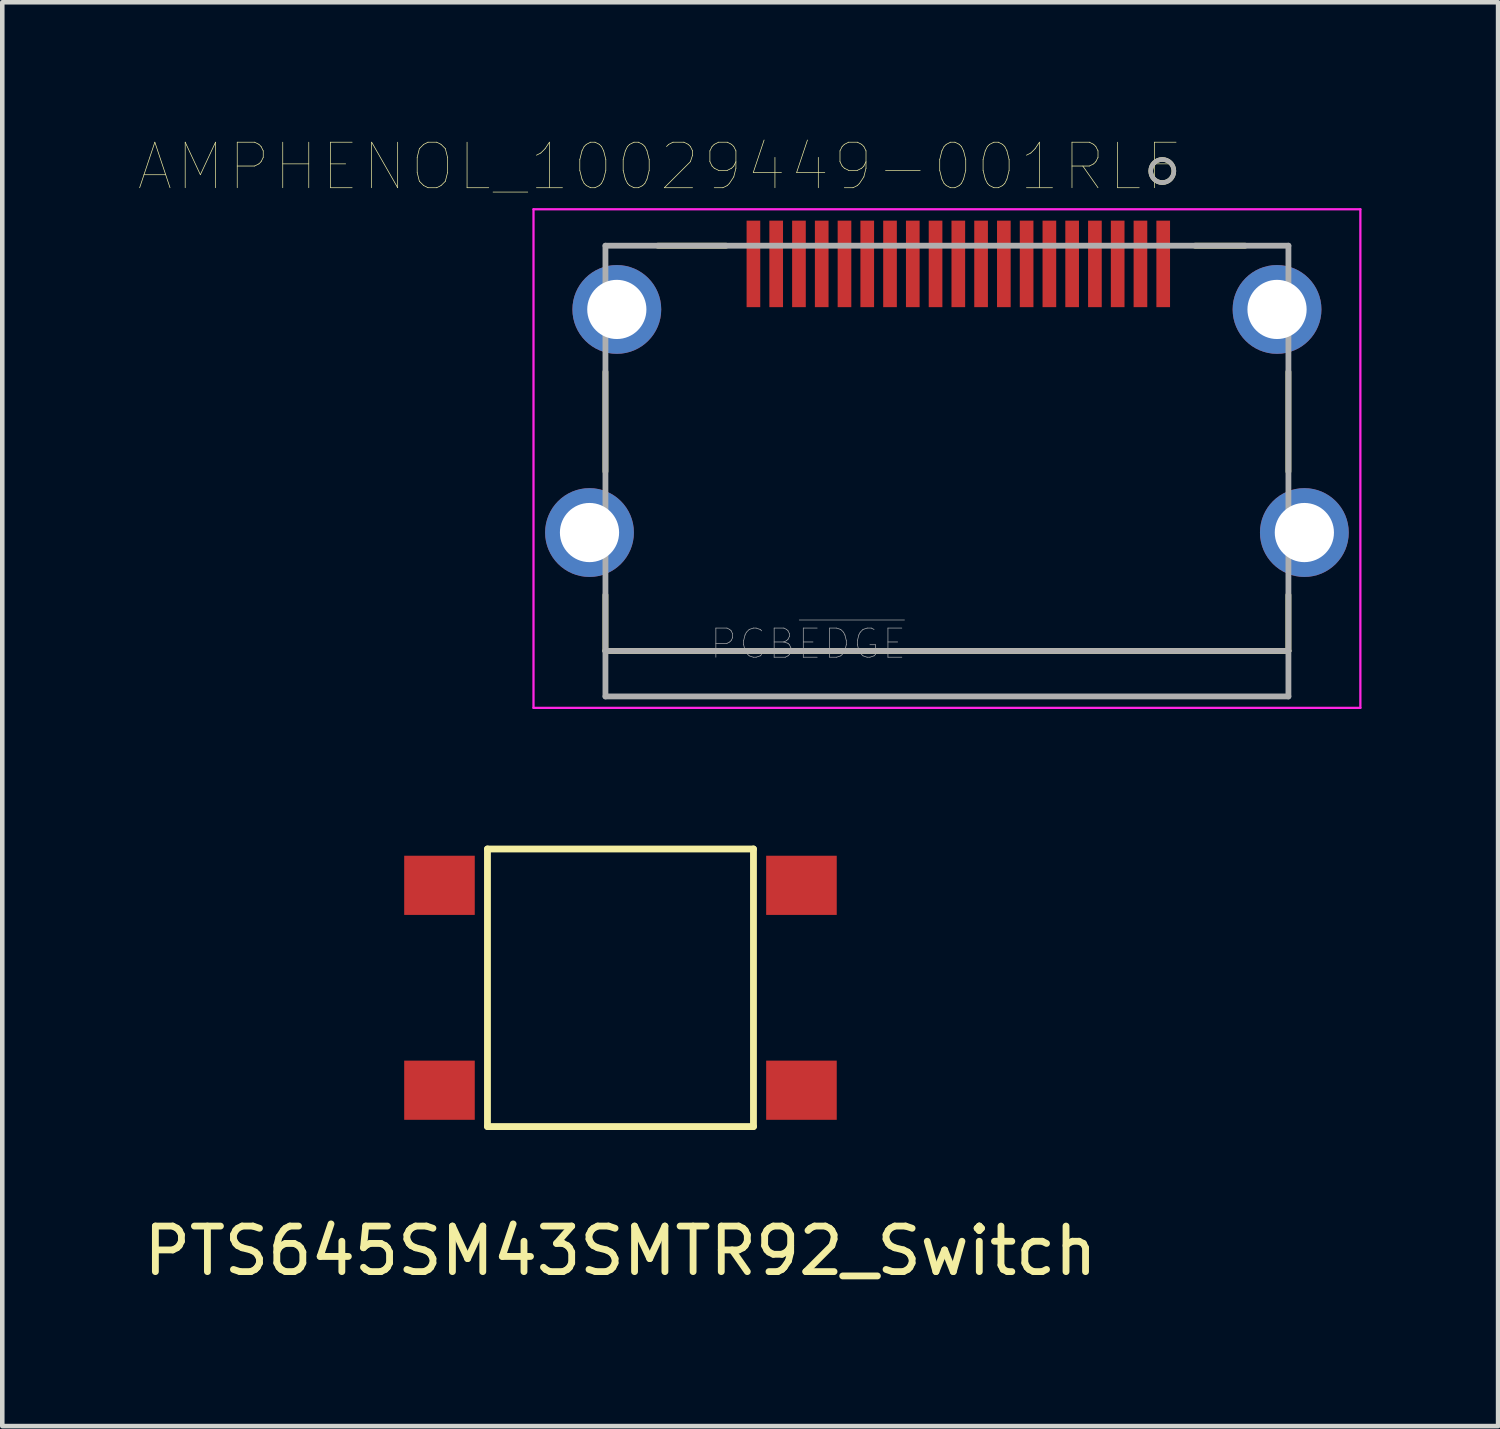
<source format=kicad_pcb>
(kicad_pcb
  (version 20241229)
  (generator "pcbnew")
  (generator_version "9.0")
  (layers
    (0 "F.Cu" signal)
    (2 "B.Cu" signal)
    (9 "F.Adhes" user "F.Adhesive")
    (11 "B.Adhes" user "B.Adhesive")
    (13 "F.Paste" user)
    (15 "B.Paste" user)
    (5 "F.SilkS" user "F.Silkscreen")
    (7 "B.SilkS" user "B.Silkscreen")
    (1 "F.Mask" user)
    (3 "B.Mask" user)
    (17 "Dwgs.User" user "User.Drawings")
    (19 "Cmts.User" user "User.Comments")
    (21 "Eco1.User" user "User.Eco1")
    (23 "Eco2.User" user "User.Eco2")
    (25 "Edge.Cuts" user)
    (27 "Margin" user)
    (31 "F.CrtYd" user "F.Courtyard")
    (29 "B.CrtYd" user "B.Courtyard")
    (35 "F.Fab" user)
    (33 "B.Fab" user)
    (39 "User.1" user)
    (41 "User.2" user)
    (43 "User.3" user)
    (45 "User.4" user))
  (footprint "AMPHENOL_10029449-001RLF"
    (layer "F.Cu")
    (at 17.747 3.746)
    (property "Reference" "AMPHENOL_10029449-001RLF" (at -6.325 -3.135 0) (layer "F.SilkS") (effects (font (size 1 1) (thickness 0.015))))
    (attr through_hole)
    (fp_line (start -7.5 3.56) (end -7.5 1.37) (stroke (width 0.127) (type solid)) (layer "F.SilkS"))
    (fp_line (start -7.5 7.5) (end -7.5 6.27) (stroke (width 0.127) (type solid)) (layer "F.SilkS"))
    (fp_line (start -6.35 -1.4) (end -4.85 -1.4) (stroke (width 0.127) (type solid)) (layer "F.SilkS"))
    (fp_line (start 5.45 -1.4) (end 6.55 -1.4) (stroke (width 0.127) (type solid)) (layer "F.SilkS"))
    (fp_line (start 7.5 1.37) (end 7.5 3.56) (stroke (width 0.127) (type solid)) (layer "F.SilkS"))
    (fp_line (start 7.5 6.27) (end 7.5 7.5) (stroke (width 0.127) (type solid)) (layer "F.SilkS"))
    (fp_line (start 7.5 7.5) (end -7.5 7.5) (stroke (width 0.127) (type solid)) (layer "F.SilkS"))
    (fp_circle (center 4.73 -3.04) (end 4.984 -3.04) (stroke (width 0.1) (type solid)) (fill no) (layer "F.SilkS"))
    (fp_line (start -9.08 -2.2) (end 9.08 -2.2) (stroke (width 0.05) (type solid)) (layer "F.CrtYd"))
    (fp_line (start -9.08 8.75) (end -9.08 -2.2) (stroke (width 0.05) (type solid)) (layer "F.CrtYd"))
    (fp_line (start 9.08 -2.2) (end 9.08 8.75) (stroke (width 0.05) (type solid)) (layer "F.CrtYd"))
    (fp_line (start 9.08 8.75) (end -9.08 8.75) (stroke (width 0.05) (type solid)) (layer "F.CrtYd"))
    (fp_line (start -7.5 -1.4) (end 7.5 -1.4) (stroke (width 0.127) (type solid)) (layer "F.Fab"))
    (fp_line (start -7.5 7.5) (end -7.5 -1.4) (stroke (width 0.127) (type solid)) (layer "F.Fab"))
    (fp_line (start -7.5 8.5) (end -7.5 7.5) (stroke (width 0.127) (type solid)) (layer "F.Fab"))
    (fp_line (start 7.5 -1.4) (end 7.5 7.5) (stroke (width 0.127) (type solid)) (layer "F.Fab"))
    (fp_line (start 7.5 7.5) (end -7.5 7.5) (stroke (width 0.127) (type solid)) (layer "F.Fab"))
    (fp_line (start 7.5 7.5) (end 7.5 8.5) (stroke (width 0.127) (type solid)) (layer "F.Fab"))
    (fp_line (start 7.5 8.5) (end -7.5 8.5) (stroke (width 0.127) (type solid)) (layer "F.Fab"))
    (fp_circle (center 4.73 -3.04) (end 4.984 -3.04) (stroke (width 0.1) (type solid)) (fill no) (layer "F.Fab"))
    (fp_text user "PCB~{EDGE}" (at -3.048 7.343 0) (layer "F.Fab") (effects (font (size 0.64 0.64) (thickness 0.015))))
    (pad "1" smd rect (at 4.75 -1) (size 0.3 1.9) (layers "F.Cu" "F.Mask" "F.Paste"))
    (pad "2" smd rect (at 4.25 -1) (size 0.3 1.9) (layers "F.Cu" "F.Mask" "F.Paste"))
    (pad "3" smd rect (at 3.75 -1) (size 0.3 1.9) (layers "F.Cu" "F.Mask" "F.Paste"))
    (pad "4" smd rect (at 3.25 -1) (size 0.3 1.9) (layers "F.Cu" "F.Mask" "F.Paste"))
    (pad "5" smd rect (at 2.75 -1) (size 0.3 1.9) (layers "F.Cu" "F.Mask" "F.Paste"))
    (pad "6" smd rect (at 2.25 -1) (size 0.3 1.9) (layers "F.Cu" "F.Mask" "F.Paste"))
    (pad "7" smd rect (at 1.75 -1) (size 0.3 1.9) (layers "F.Cu" "F.Mask" "F.Paste"))
    (pad "8" smd rect (at 1.25 -1) (size 0.3 1.9) (layers "F.Cu" "F.Mask" "F.Paste"))
    (pad "9" smd rect (at 0.75 -1) (size 0.3 1.9) (layers "F.Cu" "F.Mask" "F.Paste"))
    (pad "10" smd rect (at 0.25 -1) (size 0.3 1.9) (layers "F.Cu" "F.Mask" "F.Paste"))
    (pad "11" smd rect (at -0.25 -1) (size 0.3 1.9) (layers "F.Cu" "F.Mask" "F.Paste"))
    (pad "12" smd rect (at -0.75 -1) (size 0.3 1.9) (layers "F.Cu" "F.Mask" "F.Paste"))
    (pad "13" smd rect (at -1.25 -1) (size 0.3 1.9) (layers "F.Cu" "F.Mask" "F.Paste"))
    (pad "14" smd rect (at -1.75 -1) (size 0.3 1.9) (layers "F.Cu" "F.Mask" "F.Paste"))
    (pad "15" smd rect (at -2.25 -1) (size 0.3 1.9) (layers "F.Cu" "F.Mask" "F.Paste"))
    (pad "16" smd rect (at -2.75 -1) (size 0.3 1.9) (layers "F.Cu" "F.Mask" "F.Paste"))
    (pad "17" smd rect (at -3.25 -1) (size 0.3 1.9) (layers "F.Cu" "F.Mask" "F.Paste"))
    (pad "18" smd rect (at -3.75 -1) (size 0.3 1.9) (layers "F.Cu" "F.Mask" "F.Paste"))
    (pad "19" smd rect (at -4.25 -1) (size 0.3 1.9) (layers "F.Cu" "F.Mask" "F.Paste"))
    (pad "SH" thru_hole circle (at -7.85 4.9) (size 1.95 1.95) (drill 1.3) (layers "*.Cu" "*.Mask"))
    (pad "SH" thru_hole circle (at -7.25 0) (size 1.95 1.95) (drill 1.3) (layers "*.Cu" "*.Mask"))
    (pad "SH" thru_hole circle (at 7.25 0) (size 1.95 1.95) (drill 1.3) (layers "*.Cu" "*.Mask"))
    (pad "SH" thru_hole circle (at 7.85 4.9) (size 1.95 1.95) (drill 1.3) (layers "*.Cu" "*.Mask")))
  (footprint "PTS645SM43SMTR92_Switch"
    (layer "F.Cu")
    (at 10.577 18.644)
    (property "Reference" "PTS645SM43SMTR92_Switch" (at 0 5.779 0) (layer "F.SilkS") (effects (font (size 1 1) (thickness 0.15))))
    (attr through_hole)
    (fp_line (start -2.921 -3.048) (end 2.921 -3.048) (stroke (width 0.15) (type solid)) (layer "F.SilkS"))
    (fp_line (start -2.921 3.048) (end -2.921 -3.048) (stroke (width 0.15) (type solid)) (layer "F.SilkS"))
    (fp_line (start 2.921 -3.048) (end 2.921 3.048) (stroke (width 0.15) (type solid)) (layer "F.SilkS"))
    (fp_line (start 2.921 3.048) (end -2.921 3.048) (stroke (width 0.15) (type solid)) (layer "F.SilkS"))
    (pad "1" smd rect (at -3.975 -2.25) (size 1.55 1.3) (layers "F.Cu" "F.Mask" "F.Paste"))
    (pad "1" smd rect (at 3.975 -2.25) (size 1.55 1.3) (layers "F.Cu" "F.Mask" "F.Paste"))
    (pad "2" smd rect (at -3.975 2.25) (size 1.55 1.3) (layers "F.Cu" "F.Mask" "F.Paste"))
    (pad "2" smd rect (at 3.975 2.25) (size 1.55 1.3) (layers "F.Cu" "F.Mask" "F.Paste")))
  (gr_rect
    (start -3 -3)
    (end 29.852 28.271)
    (stroke (width 0.1) (type default))
    (fill no)
    (layer "Edge.Cuts")))
</source>
